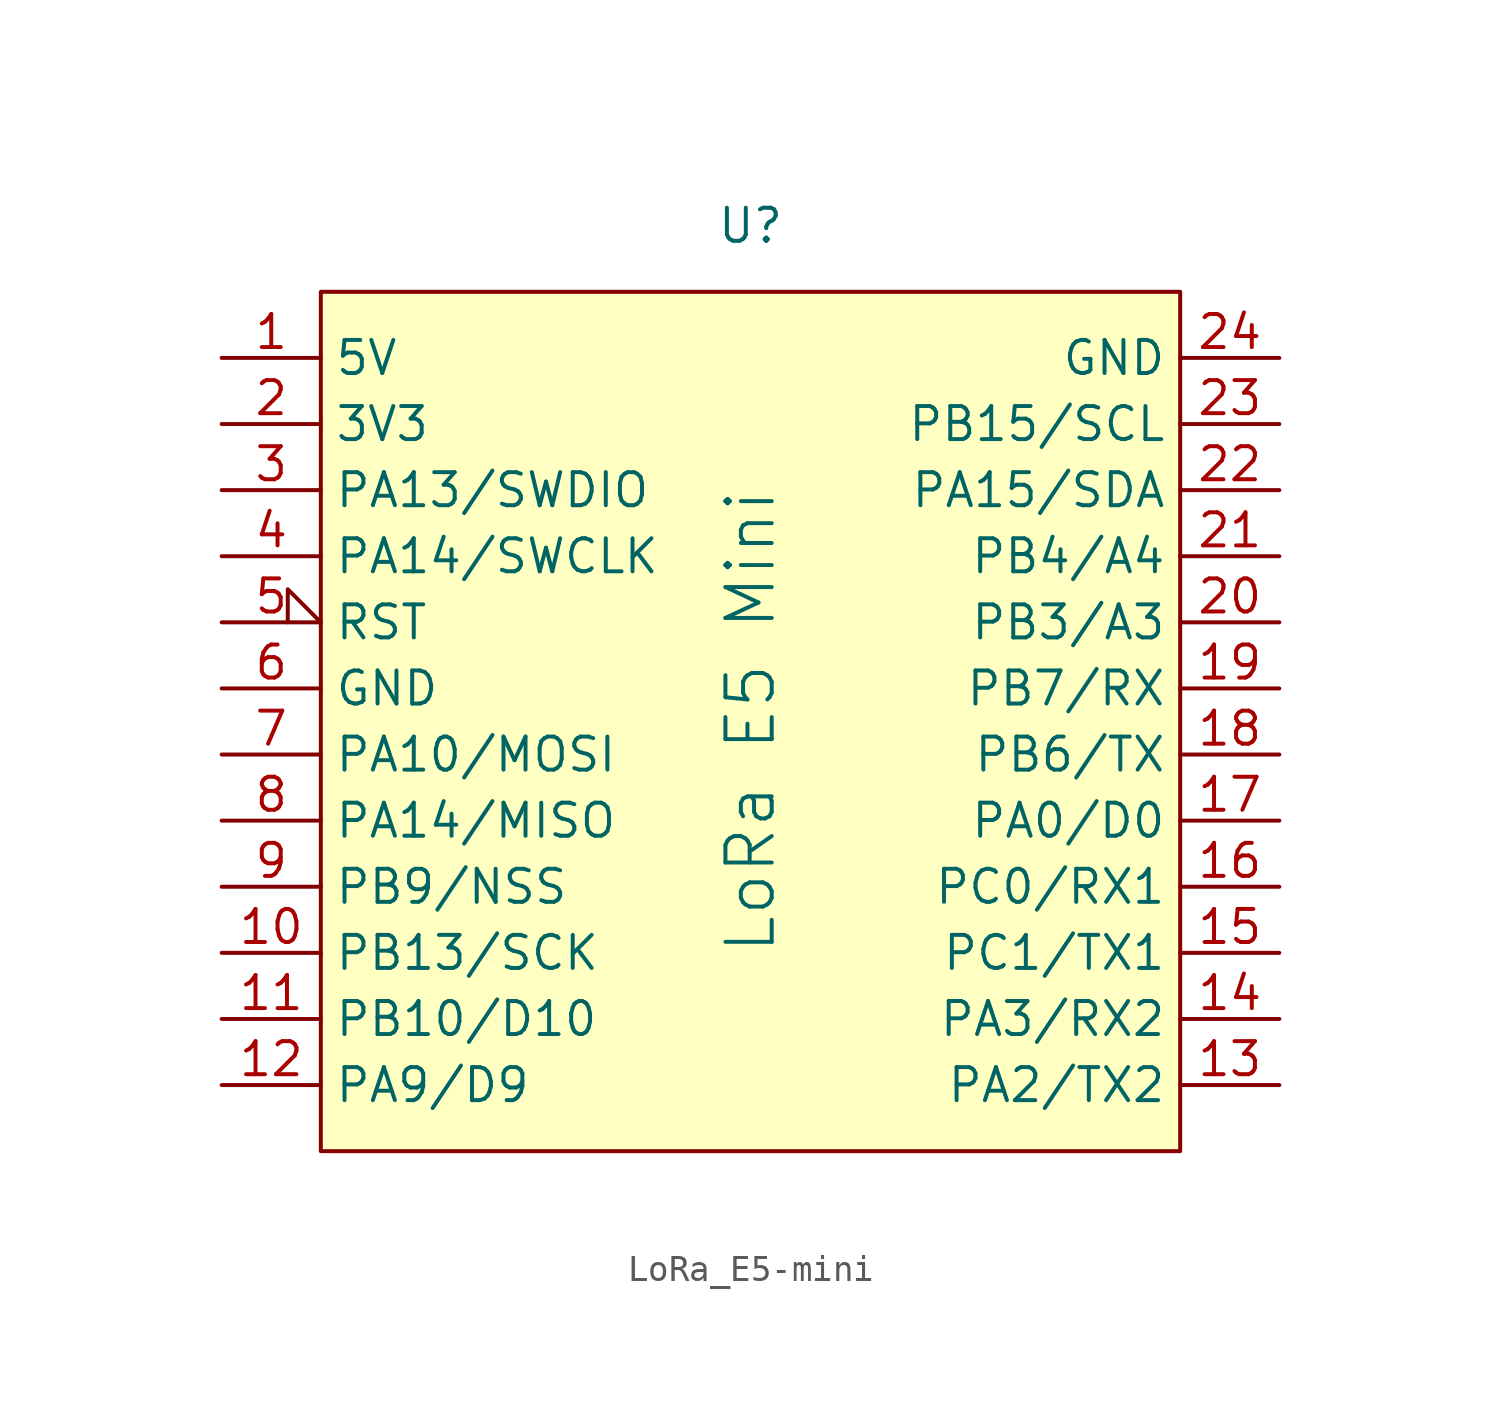
<source format=kicad_sym>
(kicad_symbol_lib
  (version 20231120)
  (generator "kicad_symbol_editor")
  (generator_version "8.0")
  (symbol "LoRa_E5-mini"
    (property "Reference" "U"
      (at 0 19.05 0)
      (do_not_autoplace)
      (effects (font (size 1.27 1.27))))
    (property "Value" "LoRa E5 Mini"
      (at 0 0 90)
      (do_not_autoplace)
      (effects (font (size 1.778 1.778))))
    (symbol "LoRa_E5-mini_0_0"
      (pin bidirectional line (at -20.32 -11.43 0) (length 3.81) (name "PB10/D10" (effects (font (size 1.27 1.27)))) (number "11" (effects (font (size 1.27 1.27)))))
      (pin bidirectional line (at -20.32 -13.97 0) (length 3.81) (name "PA9/D9" (effects (font (size 1.27 1.27)))) (number "12" (effects (font (size 1.27 1.27)))))
      (pin bidirectional line (at 20.32 -13.97 180) (length 3.81) (name "PA2/TX2" (effects (font (size 1.27 1.27)))) (number "13" (effects (font (size 1.27 1.27)))))
      (pin bidirectional line (at 20.32 -11.43 180) (length 3.81) (name "PA3/RX2" (effects (font (size 1.27 1.27)))) (number "14" (effects (font (size 1.27 1.27)))))
      (pin bidirectional line (at 20.32 -8.89 180) (length 3.81) (name "PC1/TX1" (effects (font (size 1.27 1.27)))) (number "15" (effects (font (size 1.27 1.27)))))
      (pin bidirectional line (at 20.32 -6.35 180) (length 3.81) (name "PC0/RX1" (effects (font (size 1.27 1.27)))) (number "16" (effects (font (size 1.27 1.27)))))
      (pin bidirectional line (at 20.32 -3.81 180) (length 3.81) (name "PA0/D0" (effects (font (size 1.27 1.27)))) (number "17" (effects (font (size 1.27 1.27)))))
      (pin bidirectional line (at 20.32 -1.27 180) (length 3.81) (name "PB6/TX" (effects (font (size 1.27 1.27)))) (number "18" (effects (font (size 1.27 1.27)))))
      (pin bidirectional line (at 20.32 1.27 180) (length 3.81) (name "PB7/RX" (effects (font (size 1.27 1.27)))) (number "19" (effects (font (size 1.27 1.27)))))
      (pin bidirectional line (at 20.32 3.81 180) (length 3.81) (name "PB3/A3" (effects (font (size 1.27 1.27)))) (number "20" (effects (font (size 1.27 1.27)))))
      (pin bidirectional line (at 20.32 6.35 180) (length 3.81) (name "PB4/A4" (effects (font (size 1.27 1.27)))) (number "21" (effects (font (size 1.27 1.27)))))
      (pin bidirectional line (at 20.32 8.89 180) (length 3.81) (name "PA15/SDA" (effects (font (size 1.27 1.27)))) (number "22" (effects (font (size 1.27 1.27)))))
      (pin bidirectional line (at 20.32 11.43 180) (length 3.81) (name "PB15/SCL" (effects (font (size 1.27 1.27)))) (number "23" (effects (font (size 1.27 1.27)))))
      (pin power_in line (at 20.32 13.97 180) (length 3.81) (name "GND" (effects (font (size 1.27 1.27)))) (number "24" (effects (font (size 1.27 1.27)))))
      (pin bidirectional line (at -20.32 8.89 0) (length 3.81) (name "PA13/SWDIO" (effects (font (size 1.27 1.27)))) (number "3" (effects (font (size 1.27 1.27)))))
      (pin bidirectional line (at -20.32 6.35 0) (length 3.81) (name "PA14/SWCLK" (effects (font (size 1.27 1.27)))) (number "4" (effects (font (size 1.27 1.27)))))
      (pin open_collector input_low (at -20.32 3.81 0) (length 3.81) (name "RST" (effects (font (size 1.27 1.27)))) (number "5" (effects (font (size 1.27 1.27)))))
      (pin power_in line (at -20.32 1.27 0) (length 3.81) (name "GND" (effects (font (size 1.27 1.27)))) (number "6" (effects (font (size 1.27 1.27)))))
      (pin bidirectional line (at -20.32 -3.81 0) (length 3.81) (name "PA14/MISO" (effects (font (size 1.27 1.27)))) (number "8" (effects (font (size 1.27 1.27)))))
      (pin bidirectional line (at -20.32 -6.35 0) (length 3.81) (name "PB9/NSS" (effects (font (size 1.27 1.27)))) (number "9" (effects (font (size 1.27 1.27))))))
    (symbol "LoRa_E5-mini_1_0"
      (pin power_in line (at -20.32 13.97 0) (length 3.81) (name "5V" (effects (font (size 1.27 1.27)))) (number "1" (effects (font (size 1.27 1.27)))))
      (pin bidirectional line (at -20.32 -8.89 0) (length 3.81) (name "PB13/SCK" (effects (font (size 1.27 1.27)))) (number "10" (effects (font (size 1.27 1.27)))))
      (pin power_in line (at -20.32 11.43 0) (length 3.81) (name "3V3" (effects (font (size 1.27 1.27)))) (number "2" (effects (font (size 1.27 1.27)))))
      (pin bidirectional line (at -20.32 -1.27 0) (length 3.81) (name "PA10/MOSI" (effects (font (size 1.27 1.27)))) (number "7" (effects (font (size 1.27 1.27))))))
    (symbol "LoRa_E5-mini_1_1"
      (rectangle (start -16.51 16.51) (end 16.51 -16.51) (stroke (width 0) (type default)) (fill (type background))))))
</source>
